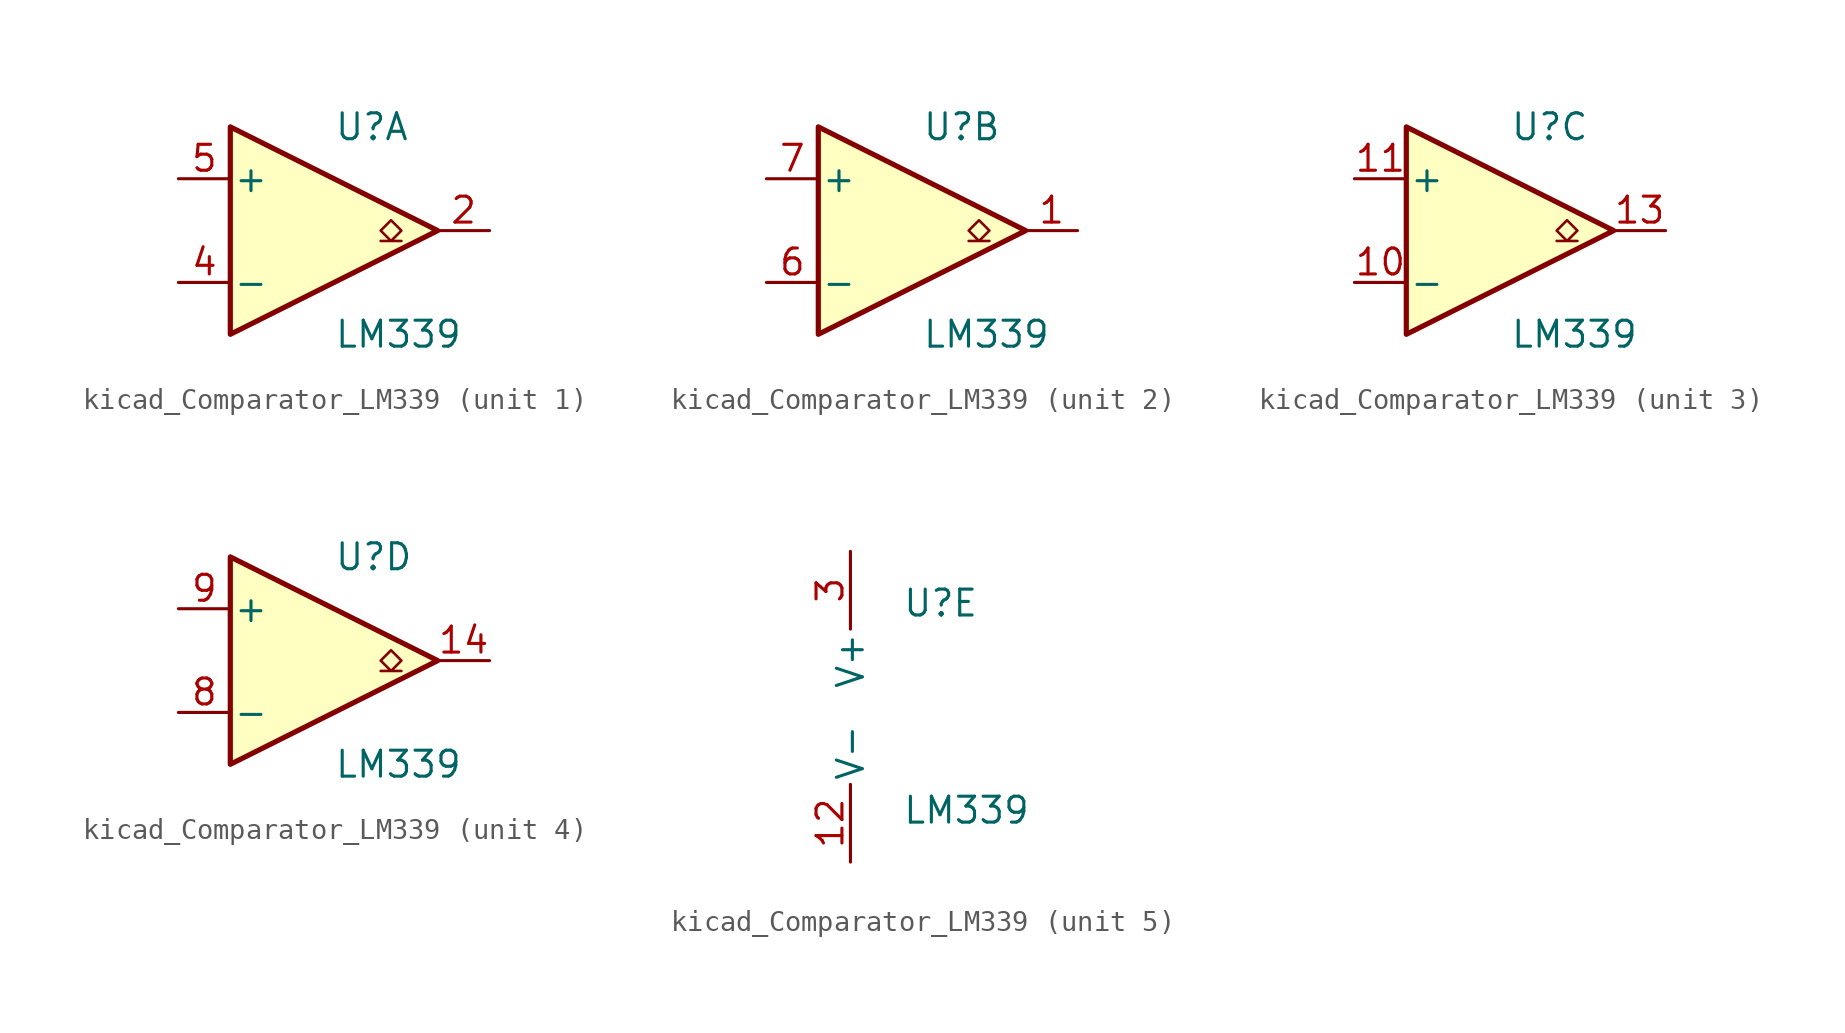
<source format=kicad_sym>
(kicad_symbol_lib
  (version 20220914)
  (generator kicad_symbol_editor)
  (symbol "kicad_Comparator_LM339"
    (pin_names
      (offset 0.127))
    (property "Reference" "U"
      (at 0 5.08 0)
      (effects (font (size 1.27 1.27)) (justify left)))
    (property "Value" "LM339"
      (at 0 -5.08 0)
      (effects (font (size 1.27 1.27)) (justify left)))
    (property "ki_locked" ""
      (at 0 0 0)
      (effects (font (size 1.27 1.27))))
    (symbol "kicad_Comparator_LM339_1_1"
      (polyline (pts (xy -5.08 5.08) (xy 5.08 0) (xy -5.08 -5.08) (xy -5.08 5.08)) (stroke (width 0.254) (type default)) (fill (type background)))
      (polyline (pts (xy 3.302 -0.508) (xy 2.794 -0.508) (xy 3.302 0) (xy 2.794 0.508) (xy 2.286 0) (xy 2.794 -0.508) (xy 2.286 -0.508)) (stroke (width 0.127) (type default)) (fill (type none)))
      (pin open_collector line (at 7.62 0 180) (length 2.54) (name "~" (effects (font (size 1.27 1.27)))) (number "2" (effects (font (size 1.27 1.27)))))
      (pin input line (at -7.62 -2.54 0) (length 2.54) (name "-" (effects (font (size 1.27 1.27)))) (number "4" (effects (font (size 1.27 1.27)))))
      (pin input line (at -7.62 2.54 0) (length 2.54) (name "+" (effects (font (size 1.27 1.27)))) (number "5" (effects (font (size 1.27 1.27))))))
    (symbol "kicad_Comparator_LM339_2_1"
      (polyline (pts (xy -5.08 5.08) (xy 5.08 0) (xy -5.08 -5.08) (xy -5.08 5.08)) (stroke (width 0.254) (type default)) (fill (type background)))
      (polyline (pts (xy 3.302 -0.508) (xy 2.794 -0.508) (xy 3.302 0) (xy 2.794 0.508) (xy 2.286 0) (xy 2.794 -0.508) (xy 2.286 -0.508)) (stroke (width 0.127) (type default)) (fill (type none)))
      (pin open_collector line (at 7.62 0 180) (length 2.54) (name "~" (effects (font (size 1.27 1.27)))) (number "1" (effects (font (size 1.27 1.27)))))
      (pin input line (at -7.62 -2.54 0) (length 2.54) (name "-" (effects (font (size 1.27 1.27)))) (number "6" (effects (font (size 1.27 1.27)))))
      (pin input line (at -7.62 2.54 0) (length 2.54) (name "+" (effects (font (size 1.27 1.27)))) (number "7" (effects (font (size 1.27 1.27))))))
    (symbol "kicad_Comparator_LM339_3_1"
      (polyline (pts (xy -5.08 5.08) (xy 5.08 0) (xy -5.08 -5.08) (xy -5.08 5.08)) (stroke (width 0.254) (type default)) (fill (type background)))
      (polyline (pts (xy 3.302 -0.508) (xy 2.794 -0.508) (xy 3.302 0) (xy 2.794 0.508) (xy 2.286 0) (xy 2.794 -0.508) (xy 2.286 -0.508)) (stroke (width 0.127) (type default)) (fill (type none)))
      (pin input line (at -7.62 -2.54 0) (length 2.54) (name "-" (effects (font (size 1.27 1.27)))) (number "10" (effects (font (size 1.27 1.27)))))
      (pin input line (at -7.62 2.54 0) (length 2.54) (name "+" (effects (font (size 1.27 1.27)))) (number "11" (effects (font (size 1.27 1.27)))))
      (pin open_collector line (at 7.62 0 180) (length 2.54) (name "~" (effects (font (size 1.27 1.27)))) (number "13" (effects (font (size 1.27 1.27))))))
    (symbol "kicad_Comparator_LM339_4_1"
      (polyline (pts (xy -5.08 5.08) (xy 5.08 0) (xy -5.08 -5.08) (xy -5.08 5.08)) (stroke (width 0.254) (type default)) (fill (type background)))
      (polyline (pts (xy 3.302 -0.508) (xy 2.794 -0.508) (xy 3.302 0) (xy 2.794 0.508) (xy 2.286 0) (xy 2.794 -0.508) (xy 2.286 -0.508)) (stroke (width 0.127) (type default)) (fill (type none)))
      (pin open_collector line (at 7.62 0 180) (length 2.54) (name "~" (effects (font (size 1.27 1.27)))) (number "14" (effects (font (size 1.27 1.27)))))
      (pin input line (at -7.62 -2.54 0) (length 2.54) (name "-" (effects (font (size 1.27 1.27)))) (number "8" (effects (font (size 1.27 1.27)))))
      (pin input line (at -7.62 2.54 0) (length 2.54) (name "+" (effects (font (size 1.27 1.27)))) (number "9" (effects (font (size 1.27 1.27))))))
    (symbol "kicad_Comparator_LM339_5_1"
      (pin power_in line (at -2.54 -7.62 90) (length 3.81) (name "V-" (effects (font (size 1.27 1.27)))) (number "12" (effects (font (size 1.27 1.27)))))
      (pin power_in line (at -2.54 7.62 270) (length 3.81) (name "V+" (effects (font (size 1.27 1.27)))) (number "3" (effects (font (size 1.27 1.27))))))))
</source>
